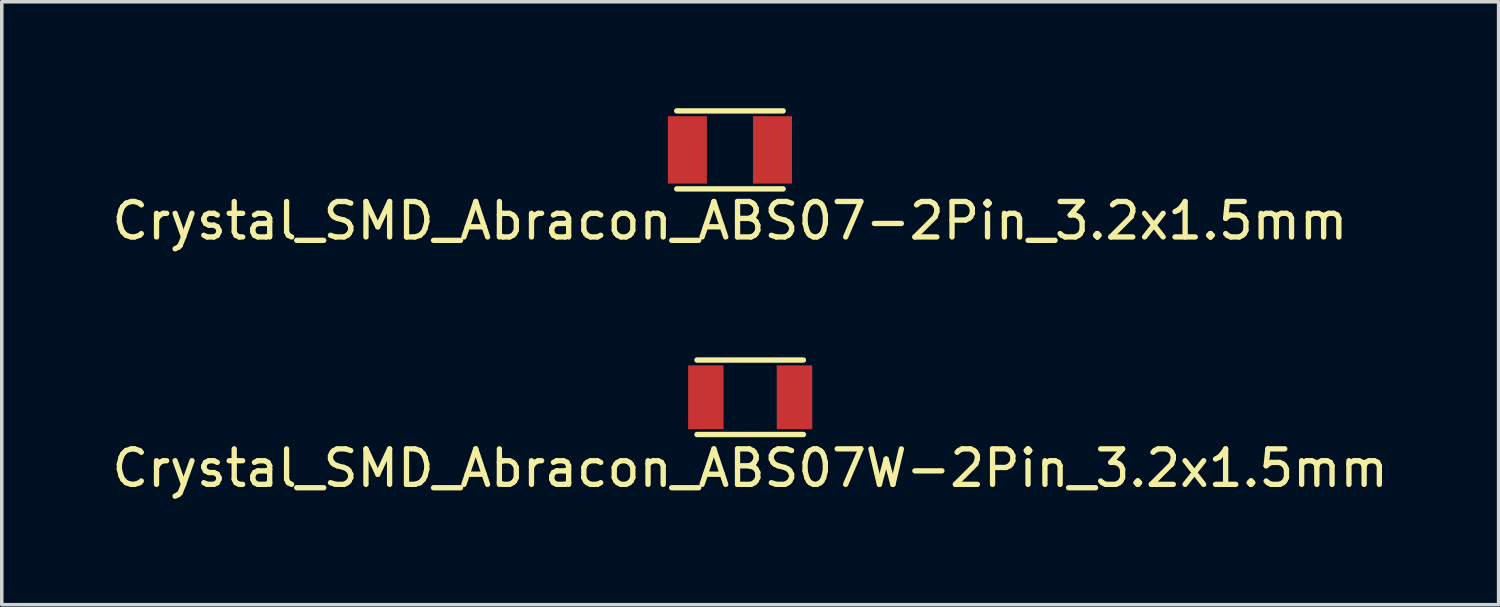
<source format=kicad_pcb>
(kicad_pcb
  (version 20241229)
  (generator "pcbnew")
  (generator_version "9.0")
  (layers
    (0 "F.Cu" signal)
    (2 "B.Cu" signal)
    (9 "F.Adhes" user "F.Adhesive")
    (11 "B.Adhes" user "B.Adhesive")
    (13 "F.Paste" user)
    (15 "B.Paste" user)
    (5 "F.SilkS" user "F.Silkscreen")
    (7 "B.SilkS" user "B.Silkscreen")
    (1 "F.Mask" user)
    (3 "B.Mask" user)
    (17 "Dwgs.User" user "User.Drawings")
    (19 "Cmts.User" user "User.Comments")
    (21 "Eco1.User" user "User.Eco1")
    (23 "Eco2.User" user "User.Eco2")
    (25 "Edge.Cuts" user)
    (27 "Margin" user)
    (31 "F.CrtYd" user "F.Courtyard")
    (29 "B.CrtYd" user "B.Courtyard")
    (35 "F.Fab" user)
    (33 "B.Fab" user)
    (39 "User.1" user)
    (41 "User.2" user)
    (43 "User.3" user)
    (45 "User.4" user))
  (footprint "Crystal_SMD_Abracon_ABS07-2Pin_3.2x1.5mm"
    (layer "F.Cu")
    (at 17.53 1.176)
    (property "Reference" "Crystal_SMD_Abracon_ABS07-2Pin_3.2x1.5mm" (at 0 2 0) (layer "F.SilkS") (effects (font (size 1 1) (thickness 0.15))))
    (attr through_hole)
    (fp_line (start -1.5 -1.1) (end 1.5 -1.1) (stroke (width 0.152) (type solid)) (layer "F.SilkS"))
    (fp_line (start -1.5 1.1) (end 1.5 1.1) (stroke (width 0.152) (type solid)) (layer "F.SilkS"))
    (pad "1" smd rect (at -1.2 0) (size 1.1 1.9) (layers "F.Cu" "F.Mask" "F.Paste"))
    (pad "2" smd rect (at 1.2 0) (size 1.1 1.9) (layers "F.Cu" "F.Mask" "F.Paste")))
  (footprint "Crystal_SMD_Abracon_ABS07W-2Pin_3.2x1.5mm"
    (layer "F.Cu")
    (at 18.101 8.151)
    (property "Reference" "Crystal_SMD_Abracon_ABS07W-2Pin_3.2x1.5mm" (at 0 2 0) (layer "F.SilkS") (effects (font (size 1 1) (thickness 0.15))))
    (attr through_hole)
    (fp_line (start -1.5 -1.05) (end 1.5 -1.05) (stroke (width 0.152) (type solid)) (layer "F.SilkS"))
    (fp_line (start -1.5 1.05) (end 1.5 1.05) (stroke (width 0.152) (type solid)) (layer "F.SilkS"))
    (pad "1" smd rect (at -1.25 0) (size 1 1.8) (layers "F.Cu" "F.Mask" "F.Paste"))
    (pad "2" smd rect (at 1.25 0) (size 1 1.8) (layers "F.Cu" "F.Mask" "F.Paste")))
  (gr_rect
    (start -3 -3)
    (end 39.202 13.999)
    (stroke (width 0.1) (type default))
    (fill no)
    (layer "Edge.Cuts")))
</source>
